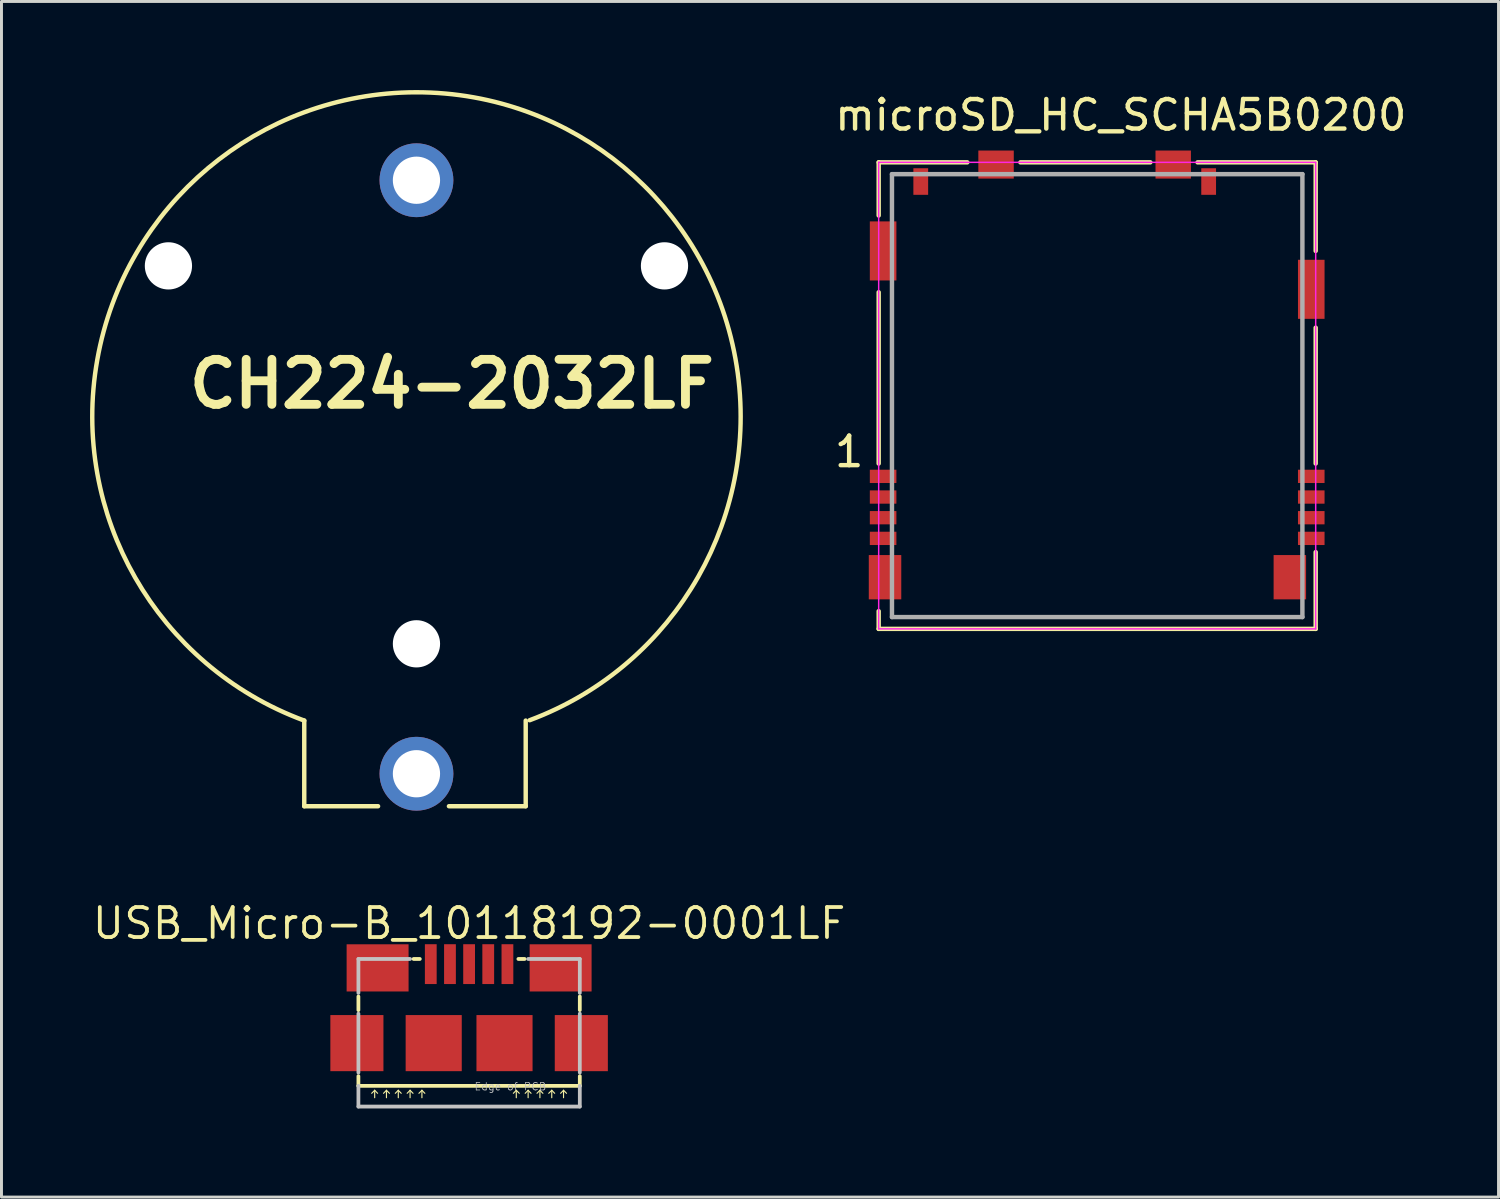
<source format=kicad_pcb>
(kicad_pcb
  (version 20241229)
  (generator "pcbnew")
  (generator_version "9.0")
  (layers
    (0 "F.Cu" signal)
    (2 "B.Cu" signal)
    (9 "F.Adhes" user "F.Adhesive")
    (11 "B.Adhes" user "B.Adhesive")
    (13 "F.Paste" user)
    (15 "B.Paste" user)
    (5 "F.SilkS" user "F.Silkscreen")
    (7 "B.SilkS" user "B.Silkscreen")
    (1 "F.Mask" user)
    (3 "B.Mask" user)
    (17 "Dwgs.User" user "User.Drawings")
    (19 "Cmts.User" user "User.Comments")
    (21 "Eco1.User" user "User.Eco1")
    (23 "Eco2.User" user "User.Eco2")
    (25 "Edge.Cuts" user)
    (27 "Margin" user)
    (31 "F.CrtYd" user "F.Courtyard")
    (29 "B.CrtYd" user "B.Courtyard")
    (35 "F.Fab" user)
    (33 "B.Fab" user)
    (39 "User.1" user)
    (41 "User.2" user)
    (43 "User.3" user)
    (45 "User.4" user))
  (footprint "USB_Micro-B_10118192-0001LF"
    (layer "F.Cu")
    (at 12.837 32.277)
    (property "Reference" "USB_Micro-B_10118192-0001LF" (at 0 -4.056 0) (layer "F.SilkS") (effects (font (size 1.016 1.016) (thickness 0.127))))
    (attr smd)
    (fp_line (start -3.749 -1.118) (end -3.749 -1.58) (stroke (width 0.127) (type solid)) (layer "F.SilkS"))
    (fp_line (start -3.749 1.448) (end -3.749 1.118) (stroke (width 0.127) (type solid)) (layer "F.SilkS"))
    (fp_line (start -3.749 1.448) (end 3.749 1.448) (stroke (width 0.127) (type solid)) (layer "F.SilkS"))
    (fp_line (start -3.198 1.598) (end -3.299 1.699) (stroke (width 0.038) (type solid)) (layer "F.SilkS"))
    (fp_line (start -3.198 1.598) (end -3.099 1.699) (stroke (width 0.038) (type solid)) (layer "F.SilkS"))
    (fp_line (start -3.198 1.849) (end -3.198 1.598) (stroke (width 0.038) (type solid)) (layer "F.SilkS"))
    (fp_line (start -2.799 1.598) (end -2.898 1.699) (stroke (width 0.038) (type solid)) (layer "F.SilkS"))
    (fp_line (start -2.799 1.598) (end -2.697 1.699) (stroke (width 0.038) (type solid)) (layer "F.SilkS"))
    (fp_line (start -2.799 1.849) (end -2.799 1.598) (stroke (width 0.038) (type solid)) (layer "F.SilkS"))
    (fp_line (start -2.398 1.598) (end -2.499 1.699) (stroke (width 0.038) (type solid)) (layer "F.SilkS"))
    (fp_line (start -2.398 1.598) (end -2.299 1.699) (stroke (width 0.038) (type solid)) (layer "F.SilkS"))
    (fp_line (start -2.398 1.849) (end -2.398 1.598) (stroke (width 0.038) (type solid)) (layer "F.SilkS"))
    (fp_line (start -1.999 1.598) (end -2.098 1.699) (stroke (width 0.038) (type solid)) (layer "F.SilkS"))
    (fp_line (start -1.999 1.598) (end -1.9 1.699) (stroke (width 0.038) (type solid)) (layer "F.SilkS"))
    (fp_line (start -1.999 1.849) (end -1.999 1.598) (stroke (width 0.038) (type solid)) (layer "F.SilkS"))
    (fp_line (start -1.88 -2.85) (end -1.669 -2.85) (stroke (width 0.127) (type solid)) (layer "F.SilkS"))
    (fp_line (start -1.598 1.598) (end -1.699 1.699) (stroke (width 0.038) (type solid)) (layer "F.SilkS"))
    (fp_line (start -1.598 1.598) (end -1.499 1.699) (stroke (width 0.038) (type solid)) (layer "F.SilkS"))
    (fp_line (start -1.598 1.849) (end -1.598 1.598) (stroke (width 0.038) (type solid)) (layer "F.SilkS"))
    (fp_line (start 1.598 1.598) (end 1.499 1.699) (stroke (width 0.038) (type solid)) (layer "F.SilkS"))
    (fp_line (start 1.598 1.598) (end 1.699 1.699) (stroke (width 0.038) (type solid)) (layer "F.SilkS"))
    (fp_line (start 1.598 1.849) (end 1.598 1.598) (stroke (width 0.038) (type solid)) (layer "F.SilkS"))
    (fp_line (start 1.669 -2.85) (end 1.88 -2.85) (stroke (width 0.127) (type solid)) (layer "F.SilkS"))
    (fp_line (start 1.999 1.598) (end 1.9 1.699) (stroke (width 0.038) (type solid)) (layer "F.SilkS"))
    (fp_line (start 1.999 1.598) (end 2.098 1.699) (stroke (width 0.038) (type solid)) (layer "F.SilkS"))
    (fp_line (start 1.999 1.849) (end 1.999 1.598) (stroke (width 0.038) (type solid)) (layer "F.SilkS"))
    (fp_line (start 2.398 1.598) (end 2.299 1.699) (stroke (width 0.038) (type solid)) (layer "F.SilkS"))
    (fp_line (start 2.398 1.598) (end 2.499 1.699) (stroke (width 0.038) (type solid)) (layer "F.SilkS"))
    (fp_line (start 2.398 1.849) (end 2.398 1.598) (stroke (width 0.038) (type solid)) (layer "F.SilkS"))
    (fp_line (start 2.799 1.598) (end 2.697 1.699) (stroke (width 0.038) (type solid)) (layer "F.SilkS"))
    (fp_line (start 2.799 1.598) (end 2.898 1.699) (stroke (width 0.038) (type solid)) (layer "F.SilkS"))
    (fp_line (start 2.799 1.849) (end 2.799 1.598) (stroke (width 0.038) (type solid)) (layer "F.SilkS"))
    (fp_line (start 3.198 1.598) (end 3.099 1.699) (stroke (width 0.038) (type solid)) (layer "F.SilkS"))
    (fp_line (start 3.198 1.598) (end 3.299 1.699) (stroke (width 0.038) (type solid)) (layer "F.SilkS"))
    (fp_line (start 3.198 1.849) (end 3.198 1.598) (stroke (width 0.038) (type solid)) (layer "F.SilkS"))
    (fp_line (start 3.749 -1.118) (end 3.749 -1.58) (stroke (width 0.127) (type solid)) (layer "F.SilkS"))
    (fp_line (start 3.749 1.448) (end 3.749 1.118) (stroke (width 0.127) (type solid)) (layer "F.SilkS"))
    (fp_line (start -3.749 -2.85) (end -3.749 -1.699) (stroke (width 0.127) (type solid)) (layer "Dwgs.User"))
    (fp_line (start -3.749 -0.998) (end -3.749 0.998) (stroke (width 0.127) (type solid)) (layer "Dwgs.User"))
    (fp_line (start -3.749 1.448) (end -3.749 2.149) (stroke (width 0.127) (type solid)) (layer "Dwgs.User"))
    (fp_line (start -3.749 2.149) (end 3.749 2.149) (stroke (width 0.127) (type solid)) (layer "Dwgs.User"))
    (fp_line (start -1.999 -2.85) (end -3.749 -2.85) (stroke (width 0.127) (type solid)) (layer "Dwgs.User"))
    (fp_line (start 1.999 -2.85) (end 3.749 -2.85) (stroke (width 0.127) (type solid)) (layer "Dwgs.User"))
    (fp_line (start 3.749 -2.85) (end 3.749 -1.699) (stroke (width 0.127) (type solid)) (layer "Dwgs.User"))
    (fp_line (start 3.749 -0.998) (end 3.749 0.998) (stroke (width 0.127) (type solid)) (layer "Dwgs.User"))
    (fp_line (start 3.749 2.149) (end 3.749 1.448) (stroke (width 0.127) (type solid)) (layer "Dwgs.User"))
    (fp_text user "Edge of PCB" (at 1.397 1.471 0) (layer "Dwgs.User") (effects (font (size 0.254 0.254) (thickness 0.025))))
    (pad "CGND" smd rect (at -3.8 0) (size 1.798 1.9) (layers "F.Cu" "F.Mask" "F.Paste"))
    (pad "CGND" smd rect (at -3.099 -2.548) (size 2.098 1.598) (layers "F.Cu" "F.Mask" "F.Paste"))
    (pad "CGND" smd rect (at -1.199 0) (size 1.9 1.9) (layers "F.Cu" "F.Mask" "F.Paste"))
    (pad "CGND" smd rect (at 1.199 0) (size 1.9 1.9) (layers "F.Cu" "F.Mask" "F.Paste"))
    (pad "CGND" smd rect (at 3.099 -2.548) (size 2.098 1.598) (layers "F.Cu" "F.Mask" "F.Paste"))
    (pad "CGND" smd rect (at 3.8 0) (size 1.798 1.9) (layers "F.Cu" "F.Mask" "F.Paste"))
    (pad "D+" smd rect (at 0 -2.675) (size 0.399 1.349) (layers "F.Cu" "F.Mask" "F.Paste"))
    (pad "D-" smd rect (at -0.648 -2.675) (size 0.399 1.349) (layers "F.Cu" "F.Mask" "F.Paste"))
    (pad "GND" smd rect (at 1.298 -2.675) (size 0.399 1.349) (layers "F.Cu" "F.Mask" "F.Paste"))
    (pad "ID" smd rect (at 0.648 -2.675) (size 0.399 1.349) (layers "F.Cu" "F.Mask" "F.Paste"))
    (pad "VBUS" smd rect (at -1.298 -2.675) (size 0.399 1.349) (layers "F.Cu" "F.Mask" "F.Paste")))
  (footprint "microSD_HC_SCHA5B0200"
    (layer "F.Cu")
    (at 34.108 2.848)
    (property "Reference" "microSD_HC_SCHA5B0200" (at 0.8 -2 0) (layer "F.SilkS") (effects (font (size 1 1) (thickness 0.15))))
    (attr through_hole)
    (fp_line (start -7.4 -0.4) (end -7.4 1.4) (stroke (width 0.15) (type solid)) (layer "F.SilkS"))
    (fp_line (start -7.4 4) (end -7.4 9.8) (stroke (width 0.15) (type solid)) (layer "F.SilkS"))
    (fp_line (start -7.4 14.8) (end -7.4 15.4) (stroke (width 0.15) (type solid)) (layer "F.SilkS"))
    (fp_line (start -4.4 -0.4) (end -7.4 -0.4) (stroke (width 0.15) (type solid)) (layer "F.SilkS"))
    (fp_line (start -2.6 -0.4) (end 1.8 -0.4) (stroke (width 0.15) (type solid)) (layer "F.SilkS"))
    (fp_line (start 7.4 -0.4) (end 3.4 -0.4) (stroke (width 0.15) (type solid)) (layer "F.SilkS"))
    (fp_line (start 7.4 2.6) (end 7.4 -0.4) (stroke (width 0.15) (type solid)) (layer "F.SilkS"))
    (fp_line (start 7.4 9.8) (end 7.4 5.2) (stroke (width 0.15) (type solid)) (layer "F.SilkS"))
    (fp_line (start 7.4 12.8) (end 7.4 15.4) (stroke (width 0.15) (type solid)) (layer "F.SilkS"))
    (fp_line (start 7.4 15.4) (end -7.4 15.4) (stroke (width 0.15) (type solid)) (layer "F.SilkS"))
    (fp_line (start -7.4 15.4) (end -7.4 -0.4) (stroke (width 0.05) (type solid)) (layer "F.CrtYd"))
    (fp_line (start 7.4 -0.4) (end -7.4 -0.4) (stroke (width 0.05) (type solid)) (layer "F.CrtYd"))
    (fp_line (start 7.4 15.4) (end -7.4 15.4) (stroke (width 0.05) (type solid)) (layer "F.CrtYd"))
    (fp_line (start 7.4 15.4) (end 7.4 -0.4) (stroke (width 0.05) (type solid)) (layer "F.CrtYd"))
    (fp_line (start -6.95 0) (end -6.95 15) (stroke (width 0.15) (type solid)) (layer "F.Fab"))
    (fp_line (start 6.95 0) (end -6.95 0) (stroke (width 0.15) (type solid)) (layer "F.Fab"))
    (fp_line (start 6.95 0) (end 6.95 15) (stroke (width 0.15) (type solid)) (layer "F.Fab"))
    (fp_line (start 6.95 15) (end -6.95 15) (stroke (width 0.15) (type solid)) (layer "F.Fab"))
    (fp_text user "1" (at -8.4 9.4 0) (layer "F.SilkS") (effects (font (size 1 1) (thickness 0.15))))
    (pad "1" smd rect (at -7.25 10.235) (size 0.9 0.45) (layers "F.Cu" "F.Mask" "F.Paste"))
    (pad "2" smd rect (at -7.25 10.935) (size 0.9 0.45) (layers "F.Cu" "F.Mask" "F.Paste"))
    (pad "3" smd rect (at -7.25 11.635) (size 0.9 0.45) (layers "F.Cu" "F.Mask" "F.Paste"))
    (pad "4" smd rect (at -7.25 12.335) (size 0.9 0.45) (layers "F.Cu" "F.Mask" "F.Paste"))
    (pad "5" smd rect (at 7.25 12.335) (size 0.9 0.45) (layers "F.Cu" "F.Mask" "F.Paste"))
    (pad "6" smd rect (at 7.25 11.635) (size 0.9 0.45) (layers "F.Cu" "F.Mask" "F.Paste"))
    (pad "7" smd rect (at 7.25 10.935) (size 0.9 0.45) (layers "F.Cu" "F.Mask" "F.Paste"))
    (pad "8" smd rect (at 7.25 10.235) (size 0.9 0.45) (layers "F.Cu" "F.Mask" "F.Paste"))
    (pad "9" smd rect (at 7.25 3.9) (size 0.9 2) (layers "F.Cu" "F.Mask"))
    (pad "10" smd rect (at 2.575 -0.325) (size 1.2 0.95) (layers "F.Cu" "F.Mask" "F.Paste"))
    (pad "11" smd rect (at -3.425 -0.325) (size 1.2 0.95) (layers "F.Cu" "F.Mask" "F.Paste"))
    (pad "12" smd rect (at -7.25 2.6) (size 0.9 2) (layers "F.Cu" "F.Mask" "F.Paste"))
    (pad "13" smd rect (at -7.185 13.65) (size 1.1 1.5) (layers "F.Cu" "F.Mask" "F.Paste"))
    (pad "14" smd rect (at 6.525 13.65) (size 1.1 1.5) (layers "F.Cu" "F.Mask" "F.Paste"))
    (pad "A" smd rect (at -5.975 0.25) (size 0.5 0.9) (layers "F.Cu" "F.Mask" "F.Paste"))
    (pad "B" smd rect (at 3.775 0.25) (size 0.5 0.9) (layers "F.Cu" "F.Mask" "F.Paste")))
  (footprint "CH224-2032LF"
    (layer "F.Cu")
    (at 11.054 11.054)
    (property "Reference" "CH224-2032LF" (at 1.2 -1.1 0) (layer "F.SilkS") (effects (font (size 1.524 1.524) (thickness 0.3))))
    (attr through_hole)
    (fp_line (start -3.8 10.3) (end -3.8 13.2) (stroke (width 0.15) (type solid)) (layer "F.SilkS"))
    (fp_line (start -3.8 13.2) (end -1.3 13.2) (stroke (width 0.15) (type solid)) (layer "F.SilkS"))
    (fp_line (start 1.1 13.2) (end 3.7 13.2) (stroke (width 0.15) (type solid)) (layer "F.SilkS"))
    (fp_line (start 3.7 13.2) (end 3.7 10.3) (stroke (width 0.15) (type solid)) (layer "F.SilkS"))
    (fp_arc (start -3.8 10.3) (mid -0.017456 -10.978602) (end 3.832734 10.287864) (stroke (width 0.15) (type solid)) (layer "F.SilkS"))
    (pad "" np_thru_hole circle (at -8.4 -5.1) (size 1.6 1.6) (drill 1.6) (layers "*.Cu" "*.Mask"))
    (pad "" np_thru_hole circle (at 0 7.7) (size 1.6 1.6) (drill 1.6) (layers "*.Cu" "*.Mask"))
    (pad "" np_thru_hole circle (at 8.4 -5.1) (size 1.6 1.6) (drill 1.6) (layers "*.Cu" "*.Mask"))
    (pad "1" thru_hole circle (at 0 12.1) (size 2.5 2.5) (drill 1.6) (layers "*.Cu" "*.Mask"))
    (pad "2" thru_hole circle (at 0 -8) (size 2.5 2.5) (drill 1.6) (layers "*.Cu" "*.Mask")))
  (gr_rect
    (start -3 -3)
    (end 47.7 37.49)
    (stroke (width 0.1) (type default))
    (fill no)
    (layer "Edge.Cuts")))
</source>
